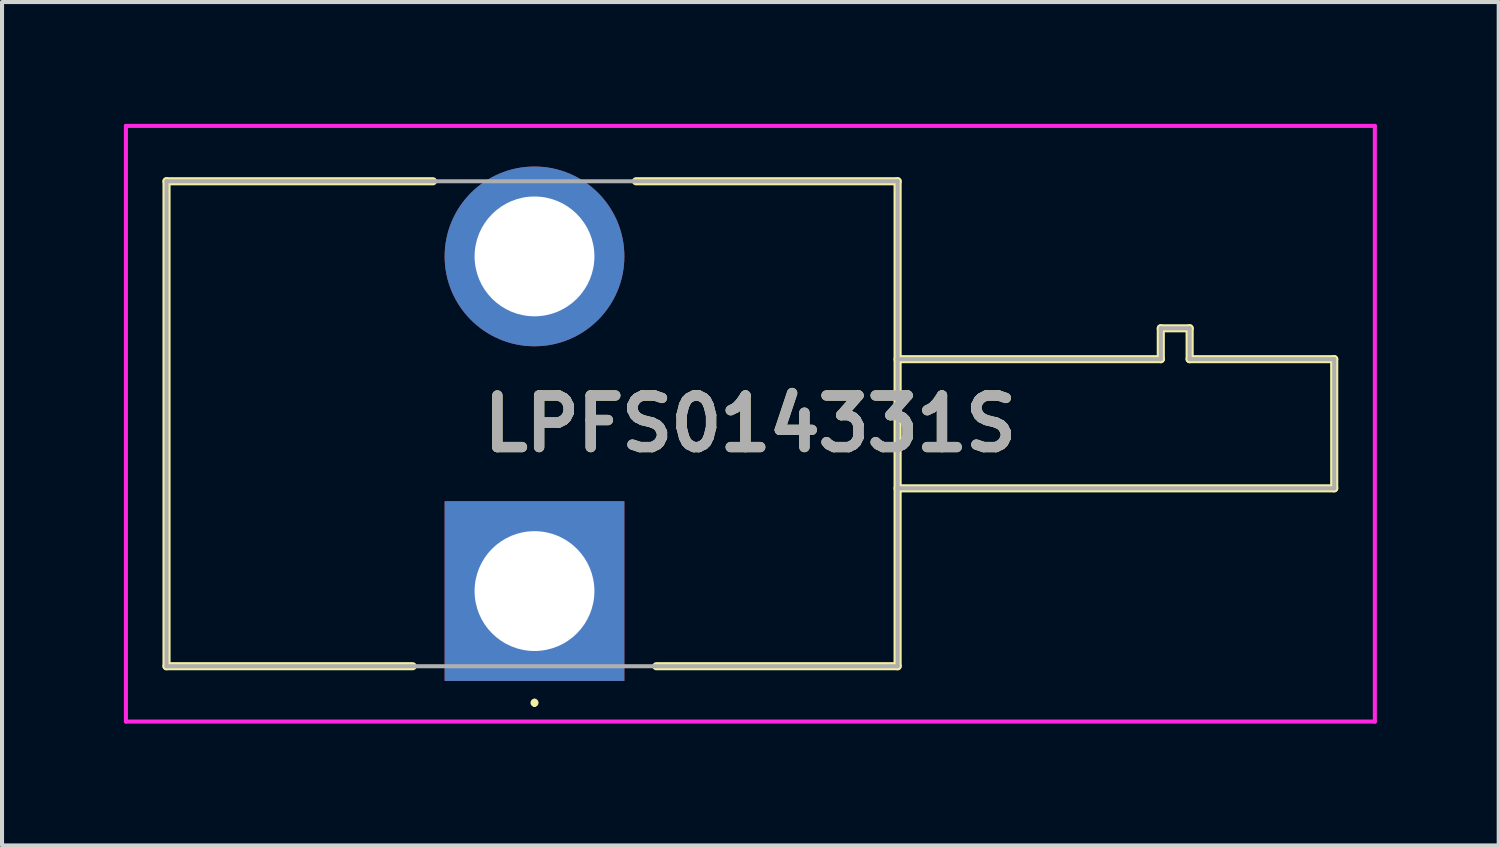
<source format=kicad_pcb>
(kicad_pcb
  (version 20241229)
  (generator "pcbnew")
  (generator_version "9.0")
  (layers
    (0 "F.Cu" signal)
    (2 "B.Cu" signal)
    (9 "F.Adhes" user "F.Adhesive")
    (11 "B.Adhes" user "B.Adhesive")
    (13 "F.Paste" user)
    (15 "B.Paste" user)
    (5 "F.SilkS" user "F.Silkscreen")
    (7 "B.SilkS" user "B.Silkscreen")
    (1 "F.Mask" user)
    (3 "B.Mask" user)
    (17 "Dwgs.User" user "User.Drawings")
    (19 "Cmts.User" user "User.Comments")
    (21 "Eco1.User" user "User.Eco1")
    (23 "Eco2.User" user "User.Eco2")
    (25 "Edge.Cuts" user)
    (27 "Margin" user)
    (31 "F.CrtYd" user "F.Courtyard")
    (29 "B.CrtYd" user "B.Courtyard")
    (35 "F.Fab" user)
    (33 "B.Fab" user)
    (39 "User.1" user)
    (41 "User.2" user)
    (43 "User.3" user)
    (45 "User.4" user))
  (footprint "LPFS014331S"
    (layer "F.Cu")
    (at 10.11 11.503)
    (property "Reference" "LPFS014331S" (at 5.315 -4.12 0) (layer "F.SilkS") (effects (font (size 1.27 1.27) (thickness 0.254))))
    (attr through_hole)
    (fp_line (start -9.06 -10.09) (end -2.5 -10.09) (stroke (width 0.2) (type solid)) (layer "F.SilkS"))
    (fp_line (start -9.06 1.85) (end -9.06 -10.09) (stroke (width 0.2) (type solid)) (layer "F.SilkS"))
    (fp_line (start -3 1.85) (end -9.06 1.85) (stroke (width 0.2) (type solid)) (layer "F.SilkS"))
    (fp_line (start 0 2.7) (end 0 2.7) (stroke (width 0.1) (type solid)) (layer "F.SilkS"))
    (fp_line (start 0 2.8) (end 0 2.8) (stroke (width 0.1) (type solid)) (layer "F.SilkS"))
    (fp_line (start 2.5 -10.09) (end 8.94 -10.09) (stroke (width 0.2) (type solid)) (layer "F.SilkS"))
    (fp_line (start 8.94 -10.09) (end 8.94 1.85) (stroke (width 0.2) (type solid)) (layer "F.SilkS"))
    (fp_line (start 8.94 -2.53) (end 19.69 -2.53) (stroke (width 0.2) (type solid)) (layer "F.SilkS"))
    (fp_line (start 8.94 1.85) (end 3 1.85) (stroke (width 0.2) (type solid)) (layer "F.SilkS"))
    (fp_line (start 15.42 -6.47) (end 15.42 -5.71) (stroke (width 0.2) (type solid)) (layer "F.SilkS"))
    (fp_line (start 15.42 -5.71) (end 8.94 -5.71) (stroke (width 0.2) (type solid)) (layer "F.SilkS"))
    (fp_line (start 16.13 -6.47) (end 15.42 -6.47) (stroke (width 0.2) (type solid)) (layer "F.SilkS"))
    (fp_line (start 16.13 -5.71) (end 16.13 -6.47) (stroke (width 0.2) (type solid)) (layer "F.SilkS"))
    (fp_line (start 19.69 -5.71) (end 16.13 -5.71) (stroke (width 0.2) (type solid)) (layer "F.SilkS"))
    (fp_line (start 19.69 -2.53) (end 19.69 -5.71) (stroke (width 0.2) (type solid)) (layer "F.SilkS"))
    (fp_arc (start 0 2.7) (mid 0.05 2.75) (end 0 2.8) (stroke (width 0.1) (type solid)) (layer "F.SilkS"))
    (fp_arc (start 0 2.8) (mid -0.05 2.75) (end 0 2.7) (stroke (width 0.1) (type solid)) (layer "F.SilkS"))
    (fp_line (start -10.06 -11.453) (end 20.69 -11.453) (stroke (width 0.1) (type solid)) (layer "F.CrtYd"))
    (fp_line (start -10.06 3.213) (end -10.06 -11.453) (stroke (width 0.1) (type solid)) (layer "F.CrtYd"))
    (fp_line (start 20.69 -11.453) (end 20.69 3.213) (stroke (width 0.1) (type solid)) (layer "F.CrtYd"))
    (fp_line (start 20.69 3.213) (end -10.06 3.213) (stroke (width 0.1) (type solid)) (layer "F.CrtYd"))
    (fp_line (start -9.06 -10.09) (end 8.94 -10.09) (stroke (width 0.1) (type solid)) (layer "F.Fab"))
    (fp_line (start -9.06 1.85) (end -9.06 -10.09) (stroke (width 0.1) (type solid)) (layer "F.Fab"))
    (fp_line (start 8.94 -10.09) (end 8.94 1.85) (stroke (width 0.1) (type solid)) (layer "F.Fab"))
    (fp_line (start 8.94 -2.53) (end 19.69 -2.53) (stroke (width 0.1) (type solid)) (layer "F.Fab"))
    (fp_line (start 8.94 1.85) (end -9.06 1.85) (stroke (width 0.1) (type solid)) (layer "F.Fab"))
    (fp_line (start 15.42 -6.47) (end 15.42 -5.71) (stroke (width 0.1) (type solid)) (layer "F.Fab"))
    (fp_line (start 15.42 -5.71) (end 8.94 -5.71) (stroke (width 0.1) (type solid)) (layer "F.Fab"))
    (fp_line (start 16.13 -6.47) (end 15.42 -6.47) (stroke (width 0.1) (type solid)) (layer "F.Fab"))
    (fp_line (start 16.13 -5.71) (end 16.13 -6.47) (stroke (width 0.1) (type solid)) (layer "F.Fab"))
    (fp_line (start 19.69 -5.71) (end 16.13 -5.71) (stroke (width 0.1) (type solid)) (layer "F.Fab"))
    (fp_line (start 19.69 -2.53) (end 19.69 -5.71) (stroke (width 0.1) (type solid)) (layer "F.Fab"))
    (fp_text user "${REFERENCE}" (at 5.315 -4.12 0) (layer "F.Fab") (effects (font (size 1.27 1.27) (thickness 0.254))))
    (pad "1" thru_hole rect (at 0 0) (size 4.425 4.425) (drill 2.95) (layers "*.Cu" "*.Mask"))
    (pad "2" thru_hole circle (at 0 -8.24) (size 4.425 4.425) (drill 2.95) (layers "*.Cu" "*.Mask")))
  (gr_rect
    (start -3 -3)
    (end 33.85 17.766)
    (stroke (width 0.1) (type default))
    (fill no)
    (layer "Edge.Cuts")))
</source>
